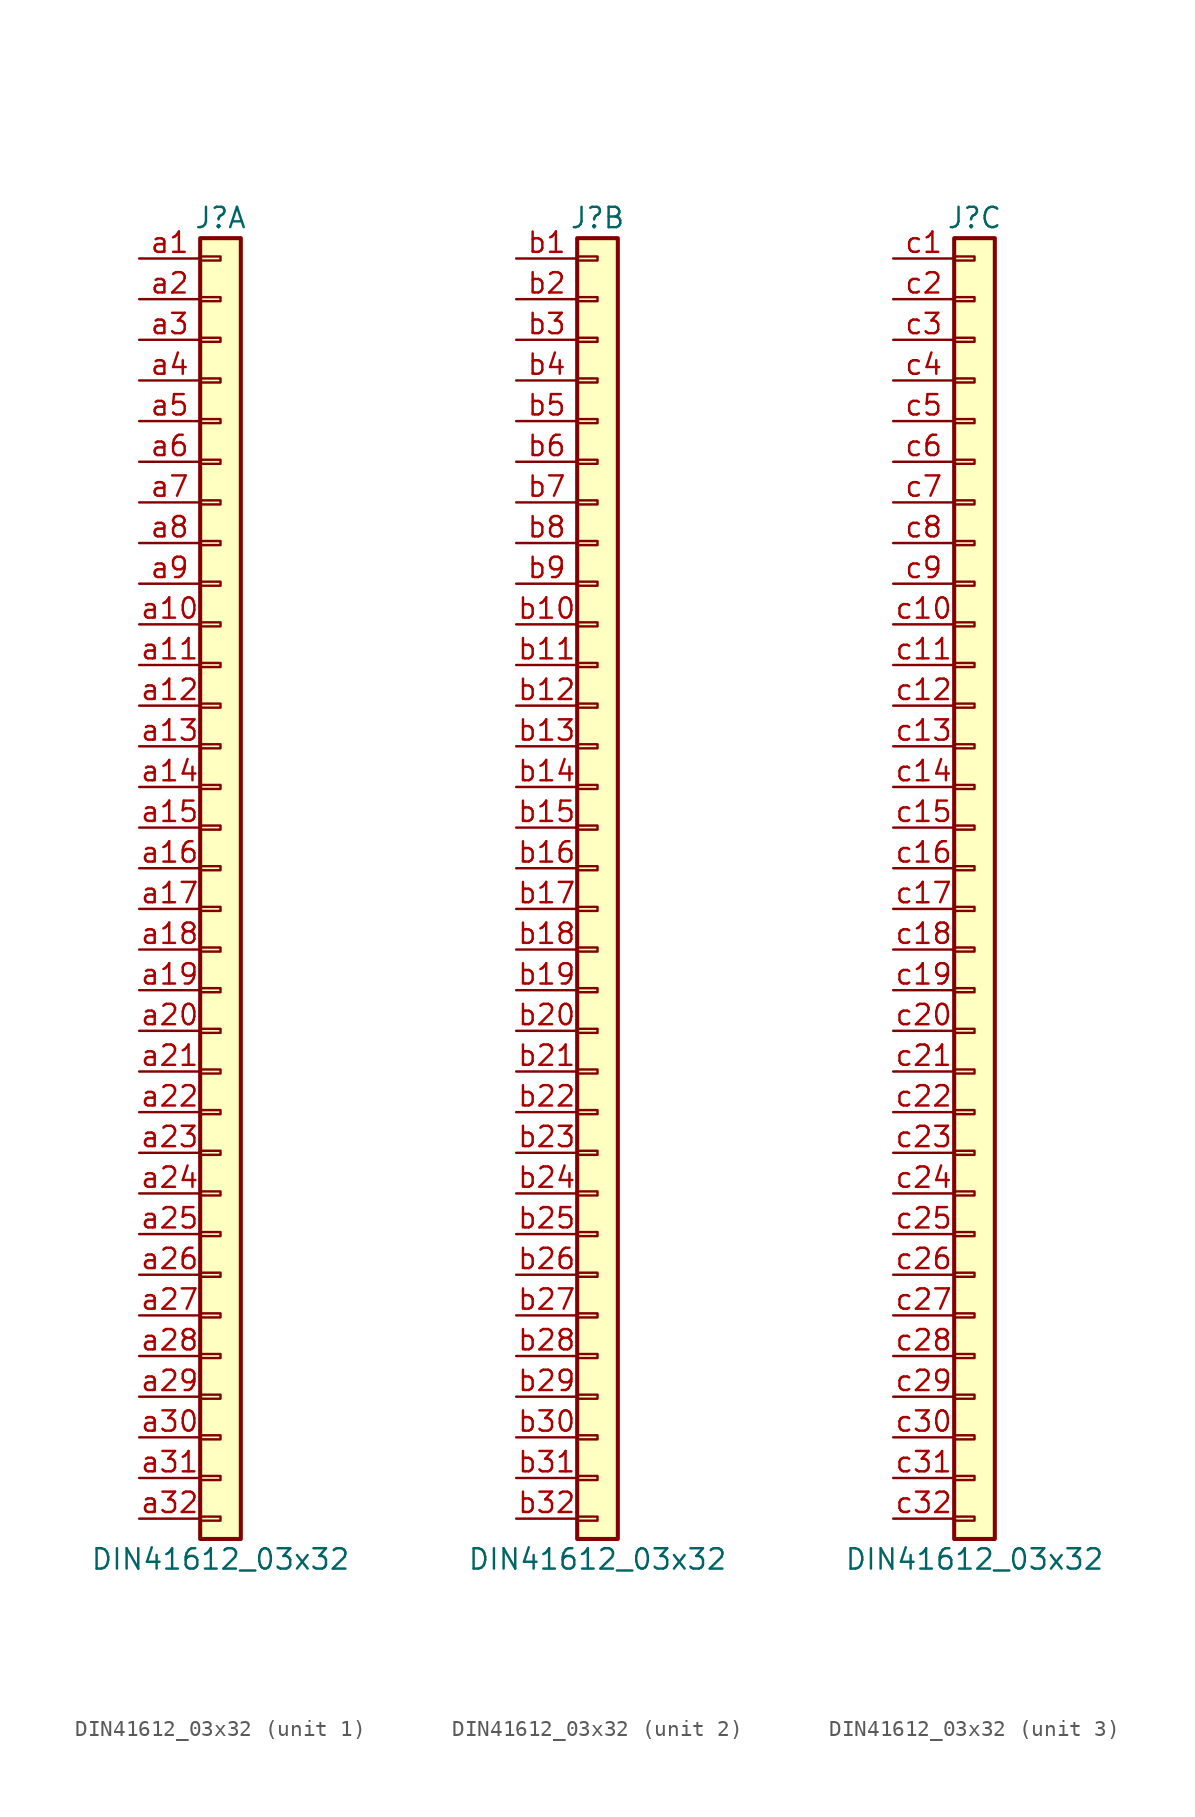
<source format=kicad_sym>
(kicad_symbol_lib
  (version 20241209)
  (generator "kicad_symbol_editor")
  (generator_version "9.0")
  (symbol "DIN41612_03x32"
    (pin_names
      (offset 1.016)
      (hide yes))
    (property "Reference" "J"
      (at 0 40.64 0)
      (effects (font (size 1.27 1.27))))
    (property "Value" "DIN41612_03x32"
      (at 0 -43.18 0)
      (effects (font (size 1.27 1.27))))
    (symbol "DIN41612_03x32_1_1"
      (rectangle (start -1.27 39.37) (end 1.27 -41.91) (stroke (width 0.254) (type default)) (fill (type background)))
      (rectangle (start -1.27 38.227) (end 0 37.973) (stroke (width 0.152) (type default)) (fill (type none)))
      (rectangle (start -1.27 35.687) (end 0 35.433) (stroke (width 0.152) (type default)) (fill (type none)))
      (rectangle (start -1.27 33.147) (end 0 32.893) (stroke (width 0.152) (type default)) (fill (type none)))
      (rectangle (start -1.27 30.607) (end 0 30.353) (stroke (width 0.152) (type default)) (fill (type none)))
      (rectangle (start -1.27 28.067) (end 0 27.813) (stroke (width 0.152) (type default)) (fill (type none)))
      (rectangle (start -1.27 25.527) (end 0 25.273) (stroke (width 0.152) (type default)) (fill (type none)))
      (rectangle (start -1.27 22.987) (end 0 22.733) (stroke (width 0.152) (type default)) (fill (type none)))
      (rectangle (start -1.27 20.447) (end 0 20.193) (stroke (width 0.152) (type default)) (fill (type none)))
      (rectangle (start -1.27 17.907) (end 0 17.653) (stroke (width 0.152) (type default)) (fill (type none)))
      (rectangle (start -1.27 15.367) (end 0 15.113) (stroke (width 0.152) (type default)) (fill (type none)))
      (rectangle (start -1.27 12.827) (end 0 12.573) (stroke (width 0.152) (type default)) (fill (type none)))
      (rectangle (start -1.27 10.287) (end 0 10.033) (stroke (width 0.152) (type default)) (fill (type none)))
      (rectangle (start -1.27 7.747) (end 0 7.493) (stroke (width 0.152) (type default)) (fill (type none)))
      (rectangle (start -1.27 5.207) (end 0 4.953) (stroke (width 0.152) (type default)) (fill (type none)))
      (rectangle (start -1.27 2.667) (end 0 2.413) (stroke (width 0.152) (type default)) (fill (type none)))
      (rectangle (start -1.27 0.127) (end 0 -0.127) (stroke (width 0.152) (type default)) (fill (type none)))
      (rectangle (start -1.27 -2.413) (end 0 -2.667) (stroke (width 0.152) (type default)) (fill (type none)))
      (rectangle (start -1.27 -4.953) (end 0 -5.207) (stroke (width 0.152) (type default)) (fill (type none)))
      (rectangle (start -1.27 -7.493) (end 0 -7.747) (stroke (width 0.152) (type default)) (fill (type none)))
      (rectangle (start -1.27 -10.033) (end 0 -10.287) (stroke (width 0.152) (type default)) (fill (type none)))
      (rectangle (start -1.27 -12.573) (end 0 -12.827) (stroke (width 0.152) (type default)) (fill (type none)))
      (rectangle (start -1.27 -15.113) (end 0 -15.367) (stroke (width 0.152) (type default)) (fill (type none)))
      (rectangle (start -1.27 -17.653) (end 0 -17.907) (stroke (width 0.152) (type default)) (fill (type none)))
      (rectangle (start -1.27 -20.193) (end 0 -20.447) (stroke (width 0.152) (type default)) (fill (type none)))
      (rectangle (start -1.27 -22.733) (end 0 -22.987) (stroke (width 0.152) (type default)) (fill (type none)))
      (rectangle (start -1.27 -25.273) (end 0 -25.527) (stroke (width 0.152) (type default)) (fill (type none)))
      (rectangle (start -1.27 -27.813) (end 0 -28.067) (stroke (width 0.152) (type default)) (fill (type none)))
      (rectangle (start -1.27 -30.353) (end 0 -30.607) (stroke (width 0.152) (type default)) (fill (type none)))
      (rectangle (start -1.27 -32.893) (end 0 -33.147) (stroke (width 0.152) (type default)) (fill (type none)))
      (rectangle (start -1.27 -35.433) (end 0 -35.687) (stroke (width 0.152) (type default)) (fill (type none)))
      (rectangle (start -1.27 -37.973) (end 0 -38.227) (stroke (width 0.152) (type default)) (fill (type none)))
      (rectangle (start -1.27 -40.513) (end 0 -40.767) (stroke (width 0.152) (type default)) (fill (type none)))
      (pin passive line (at -5.08 38.1 0) (length 3.81) (name "Pin_a1" (effects (font (size 1.27 1.27)))) (number "a1" (effects (font (size 1.27 1.27)))))
      (pin passive line (at -5.08 35.56 0) (length 3.81) (name "Pin_a2" (effects (font (size 1.27 1.27)))) (number "a2" (effects (font (size 1.27 1.27)))))
      (pin passive line (at -5.08 33.02 0) (length 3.81) (name "Pin_a3" (effects (font (size 1.27 1.27)))) (number "a3" (effects (font (size 1.27 1.27)))))
      (pin passive line (at -5.08 30.48 0) (length 3.81) (name "Pin_a4" (effects (font (size 1.27 1.27)))) (number "a4" (effects (font (size 1.27 1.27)))))
      (pin passive line (at -5.08 27.94 0) (length 3.81) (name "Pin_a5" (effects (font (size 1.27 1.27)))) (number "a5" (effects (font (size 1.27 1.27)))))
      (pin passive line (at -5.08 25.4 0) (length 3.81) (name "Pin_a6" (effects (font (size 1.27 1.27)))) (number "a6" (effects (font (size 1.27 1.27)))))
      (pin passive line (at -5.08 22.86 0) (length 3.81) (name "Pin_a7" (effects (font (size 1.27 1.27)))) (number "a7" (effects (font (size 1.27 1.27)))))
      (pin passive line (at -5.08 20.32 0) (length 3.81) (name "Pin_a8" (effects (font (size 1.27 1.27)))) (number "a8" (effects (font (size 1.27 1.27)))))
      (pin passive line (at -5.08 17.78 0) (length 3.81) (name "Pin_a9" (effects (font (size 1.27 1.27)))) (number "a9" (effects (font (size 1.27 1.27)))))
      (pin passive line (at -5.08 15.24 0) (length 3.81) (name "Pin_a10" (effects (font (size 1.27 1.27)))) (number "a10" (effects (font (size 1.27 1.27)))))
      (pin passive line (at -5.08 12.7 0) (length 3.81) (name "Pin_a11" (effects (font (size 1.27 1.27)))) (number "a11" (effects (font (size 1.27 1.27)))))
      (pin passive line (at -5.08 10.16 0) (length 3.81) (name "Pin_a12" (effects (font (size 1.27 1.27)))) (number "a12" (effects (font (size 1.27 1.27)))))
      (pin passive line (at -5.08 7.62 0) (length 3.81) (name "Pin_a13" (effects (font (size 1.27 1.27)))) (number "a13" (effects (font (size 1.27 1.27)))))
      (pin passive line (at -5.08 5.08 0) (length 3.81) (name "Pin_a14" (effects (font (size 1.27 1.27)))) (number "a14" (effects (font (size 1.27 1.27)))))
      (pin passive line (at -5.08 2.54 0) (length 3.81) (name "Pin_a15" (effects (font (size 1.27 1.27)))) (number "a15" (effects (font (size 1.27 1.27)))))
      (pin passive line (at -5.08 0 0) (length 3.81) (name "Pin_a16" (effects (font (size 1.27 1.27)))) (number "a16" (effects (font (size 1.27 1.27)))))
      (pin passive line (at -5.08 -2.54 0) (length 3.81) (name "Pin_a17" (effects (font (size 1.27 1.27)))) (number "a17" (effects (font (size 1.27 1.27)))))
      (pin passive line (at -5.08 -5.08 0) (length 3.81) (name "Pin_a18" (effects (font (size 1.27 1.27)))) (number "a18" (effects (font (size 1.27 1.27)))))
      (pin passive line (at -5.08 -7.62 0) (length 3.81) (name "Pin_a19" (effects (font (size 1.27 1.27)))) (number "a19" (effects (font (size 1.27 1.27)))))
      (pin passive line (at -5.08 -10.16 0) (length 3.81) (name "Pin_a20" (effects (font (size 1.27 1.27)))) (number "a20" (effects (font (size 1.27 1.27)))))
      (pin passive line (at -5.08 -12.7 0) (length 3.81) (name "Pin_a21" (effects (font (size 1.27 1.27)))) (number "a21" (effects (font (size 1.27 1.27)))))
      (pin passive line (at -5.08 -15.24 0) (length 3.81) (name "Pin_a22" (effects (font (size 1.27 1.27)))) (number "a22" (effects (font (size 1.27 1.27)))))
      (pin passive line (at -5.08 -17.78 0) (length 3.81) (name "Pin_a23" (effects (font (size 1.27 1.27)))) (number "a23" (effects (font (size 1.27 1.27)))))
      (pin passive line (at -5.08 -20.32 0) (length 3.81) (name "Pin_a24" (effects (font (size 1.27 1.27)))) (number "a24" (effects (font (size 1.27 1.27)))))
      (pin passive line (at -5.08 -22.86 0) (length 3.81) (name "Pin_a25" (effects (font (size 1.27 1.27)))) (number "a25" (effects (font (size 1.27 1.27)))))
      (pin passive line (at -5.08 -25.4 0) (length 3.81) (name "Pin_a26" (effects (font (size 1.27 1.27)))) (number "a26" (effects (font (size 1.27 1.27)))))
      (pin passive line (at -5.08 -27.94 0) (length 3.81) (name "Pin_a27" (effects (font (size 1.27 1.27)))) (number "a27" (effects (font (size 1.27 1.27)))))
      (pin passive line (at -5.08 -30.48 0) (length 3.81) (name "Pin_a28" (effects (font (size 1.27 1.27)))) (number "a28" (effects (font (size 1.27 1.27)))))
      (pin passive line (at -5.08 -33.02 0) (length 3.81) (name "Pin_a29" (effects (font (size 1.27 1.27)))) (number "a29" (effects (font (size 1.27 1.27)))))
      (pin passive line (at -5.08 -35.56 0) (length 3.81) (name "Pin_a30" (effects (font (size 1.27 1.27)))) (number "a30" (effects (font (size 1.27 1.27)))))
      (pin passive line (at -5.08 -38.1 0) (length 3.81) (name "Pin_a31" (effects (font (size 1.27 1.27)))) (number "a31" (effects (font (size 1.27 1.27)))))
      (pin passive line (at -5.08 -40.64 0) (length 3.81) (name "Pin_a32" (effects (font (size 1.27 1.27)))) (number "a32" (effects (font (size 1.27 1.27))))))
    (symbol "DIN41612_03x32_2_1"
      (rectangle (start -1.27 39.37) (end 1.27 -41.91) (stroke (width 0.254) (type default)) (fill (type background)))
      (rectangle (start -1.27 38.227) (end 0 37.973) (stroke (width 0.152) (type default)) (fill (type none)))
      (rectangle (start -1.27 35.687) (end 0 35.433) (stroke (width 0.152) (type default)) (fill (type none)))
      (rectangle (start -1.27 33.147) (end 0 32.893) (stroke (width 0.152) (type default)) (fill (type none)))
      (rectangle (start -1.27 30.607) (end 0 30.353) (stroke (width 0.152) (type default)) (fill (type none)))
      (rectangle (start -1.27 28.067) (end 0 27.813) (stroke (width 0.152) (type default)) (fill (type none)))
      (rectangle (start -1.27 25.527) (end 0 25.273) (stroke (width 0.152) (type default)) (fill (type none)))
      (rectangle (start -1.27 22.987) (end 0 22.733) (stroke (width 0.152) (type default)) (fill (type none)))
      (rectangle (start -1.27 20.447) (end 0 20.193) (stroke (width 0.152) (type default)) (fill (type none)))
      (rectangle (start -1.27 17.907) (end 0 17.653) (stroke (width 0.152) (type default)) (fill (type none)))
      (rectangle (start -1.27 15.367) (end 0 15.113) (stroke (width 0.152) (type default)) (fill (type none)))
      (rectangle (start -1.27 12.827) (end 0 12.573) (stroke (width 0.152) (type default)) (fill (type none)))
      (rectangle (start -1.27 10.287) (end 0 10.033) (stroke (width 0.152) (type default)) (fill (type none)))
      (rectangle (start -1.27 7.747) (end 0 7.493) (stroke (width 0.152) (type default)) (fill (type none)))
      (rectangle (start -1.27 5.207) (end 0 4.953) (stroke (width 0.152) (type default)) (fill (type none)))
      (rectangle (start -1.27 2.667) (end 0 2.413) (stroke (width 0.152) (type default)) (fill (type none)))
      (rectangle (start -1.27 0.127) (end 0 -0.127) (stroke (width 0.152) (type default)) (fill (type none)))
      (rectangle (start -1.27 -2.413) (end 0 -2.667) (stroke (width 0.152) (type default)) (fill (type none)))
      (rectangle (start -1.27 -4.953) (end 0 -5.207) (stroke (width 0.152) (type default)) (fill (type none)))
      (rectangle (start -1.27 -7.493) (end 0 -7.747) (stroke (width 0.152) (type default)) (fill (type none)))
      (rectangle (start -1.27 -10.033) (end 0 -10.287) (stroke (width 0.152) (type default)) (fill (type none)))
      (rectangle (start -1.27 -12.573) (end 0 -12.827) (stroke (width 0.152) (type default)) (fill (type none)))
      (rectangle (start -1.27 -15.113) (end 0 -15.367) (stroke (width 0.152) (type default)) (fill (type none)))
      (rectangle (start -1.27 -17.653) (end 0 -17.907) (stroke (width 0.152) (type default)) (fill (type none)))
      (rectangle (start -1.27 -20.193) (end 0 -20.447) (stroke (width 0.152) (type default)) (fill (type none)))
      (rectangle (start -1.27 -22.733) (end 0 -22.987) (stroke (width 0.152) (type default)) (fill (type none)))
      (rectangle (start -1.27 -25.273) (end 0 -25.527) (stroke (width 0.152) (type default)) (fill (type none)))
      (rectangle (start -1.27 -27.813) (end 0 -28.067) (stroke (width 0.152) (type default)) (fill (type none)))
      (rectangle (start -1.27 -30.353) (end 0 -30.607) (stroke (width 0.152) (type default)) (fill (type none)))
      (rectangle (start -1.27 -32.893) (end 0 -33.147) (stroke (width 0.152) (type default)) (fill (type none)))
      (rectangle (start -1.27 -35.433) (end 0 -35.687) (stroke (width 0.152) (type default)) (fill (type none)))
      (rectangle (start -1.27 -37.973) (end 0 -38.227) (stroke (width 0.152) (type default)) (fill (type none)))
      (rectangle (start -1.27 -40.513) (end 0 -40.767) (stroke (width 0.152) (type default)) (fill (type none)))
      (pin passive line (at -5.08 38.1 0) (length 3.81) (name "Pin_b1" (effects (font (size 1.27 1.27)))) (number "b1" (effects (font (size 1.27 1.27)))))
      (pin passive line (at -5.08 35.56 0) (length 3.81) (name "Pin_b2" (effects (font (size 1.27 1.27)))) (number "b2" (effects (font (size 1.27 1.27)))))
      (pin passive line (at -5.08 33.02 0) (length 3.81) (name "Pin_b3" (effects (font (size 1.27 1.27)))) (number "b3" (effects (font (size 1.27 1.27)))))
      (pin passive line (at -5.08 30.48 0) (length 3.81) (name "Pin_b4" (effects (font (size 1.27 1.27)))) (number "b4" (effects (font (size 1.27 1.27)))))
      (pin passive line (at -5.08 27.94 0) (length 3.81) (name "Pin_b5" (effects (font (size 1.27 1.27)))) (number "b5" (effects (font (size 1.27 1.27)))))
      (pin passive line (at -5.08 25.4 0) (length 3.81) (name "Pin_b6" (effects (font (size 1.27 1.27)))) (number "b6" (effects (font (size 1.27 1.27)))))
      (pin passive line (at -5.08 22.86 0) (length 3.81) (name "Pin_b7" (effects (font (size 1.27 1.27)))) (number "b7" (effects (font (size 1.27 1.27)))))
      (pin passive line (at -5.08 20.32 0) (length 3.81) (name "Pin_b8" (effects (font (size 1.27 1.27)))) (number "b8" (effects (font (size 1.27 1.27)))))
      (pin passive line (at -5.08 17.78 0) (length 3.81) (name "Pin_b9" (effects (font (size 1.27 1.27)))) (number "b9" (effects (font (size 1.27 1.27)))))
      (pin passive line (at -5.08 15.24 0) (length 3.81) (name "Pin_b10" (effects (font (size 1.27 1.27)))) (number "b10" (effects (font (size 1.27 1.27)))))
      (pin passive line (at -5.08 12.7 0) (length 3.81) (name "Pin_b11" (effects (font (size 1.27 1.27)))) (number "b11" (effects (font (size 1.27 1.27)))))
      (pin passive line (at -5.08 10.16 0) (length 3.81) (name "Pin_b12" (effects (font (size 1.27 1.27)))) (number "b12" (effects (font (size 1.27 1.27)))))
      (pin passive line (at -5.08 7.62 0) (length 3.81) (name "Pin_b13" (effects (font (size 1.27 1.27)))) (number "b13" (effects (font (size 1.27 1.27)))))
      (pin passive line (at -5.08 5.08 0) (length 3.81) (name "Pin_b14" (effects (font (size 1.27 1.27)))) (number "b14" (effects (font (size 1.27 1.27)))))
      (pin passive line (at -5.08 2.54 0) (length 3.81) (name "Pin_b15" (effects (font (size 1.27 1.27)))) (number "b15" (effects (font (size 1.27 1.27)))))
      (pin passive line (at -5.08 0 0) (length 3.81) (name "Pin_b16" (effects (font (size 1.27 1.27)))) (number "b16" (effects (font (size 1.27 1.27)))))
      (pin passive line (at -5.08 -2.54 0) (length 3.81) (name "Pin_b17" (effects (font (size 1.27 1.27)))) (number "b17" (effects (font (size 1.27 1.27)))))
      (pin passive line (at -5.08 -5.08 0) (length 3.81) (name "Pin_b18" (effects (font (size 1.27 1.27)))) (number "b18" (effects (font (size 1.27 1.27)))))
      (pin passive line (at -5.08 -7.62 0) (length 3.81) (name "Pin_b19" (effects (font (size 1.27 1.27)))) (number "b19" (effects (font (size 1.27 1.27)))))
      (pin passive line (at -5.08 -10.16 0) (length 3.81) (name "Pin_b20" (effects (font (size 1.27 1.27)))) (number "b20" (effects (font (size 1.27 1.27)))))
      (pin passive line (at -5.08 -12.7 0) (length 3.81) (name "Pin_b21" (effects (font (size 1.27 1.27)))) (number "b21" (effects (font (size 1.27 1.27)))))
      (pin passive line (at -5.08 -15.24 0) (length 3.81) (name "Pin_b22" (effects (font (size 1.27 1.27)))) (number "b22" (effects (font (size 1.27 1.27)))))
      (pin passive line (at -5.08 -17.78 0) (length 3.81) (name "Pin_b23" (effects (font (size 1.27 1.27)))) (number "b23" (effects (font (size 1.27 1.27)))))
      (pin passive line (at -5.08 -20.32 0) (length 3.81) (name "Pin_b24" (effects (font (size 1.27 1.27)))) (number "b24" (effects (font (size 1.27 1.27)))))
      (pin passive line (at -5.08 -22.86 0) (length 3.81) (name "Pin_b25" (effects (font (size 1.27 1.27)))) (number "b25" (effects (font (size 1.27 1.27)))))
      (pin passive line (at -5.08 -25.4 0) (length 3.81) (name "Pin_b26" (effects (font (size 1.27 1.27)))) (number "b26" (effects (font (size 1.27 1.27)))))
      (pin passive line (at -5.08 -27.94 0) (length 3.81) (name "Pin_b27" (effects (font (size 1.27 1.27)))) (number "b27" (effects (font (size 1.27 1.27)))))
      (pin passive line (at -5.08 -30.48 0) (length 3.81) (name "Pin_b28" (effects (font (size 1.27 1.27)))) (number "b28" (effects (font (size 1.27 1.27)))))
      (pin passive line (at -5.08 -33.02 0) (length 3.81) (name "Pin_b29" (effects (font (size 1.27 1.27)))) (number "b29" (effects (font (size 1.27 1.27)))))
      (pin passive line (at -5.08 -35.56 0) (length 3.81) (name "Pin_b30" (effects (font (size 1.27 1.27)))) (number "b30" (effects (font (size 1.27 1.27)))))
      (pin passive line (at -5.08 -38.1 0) (length 3.81) (name "Pin_b31" (effects (font (size 1.27 1.27)))) (number "b31" (effects (font (size 1.27 1.27)))))
      (pin passive line (at -5.08 -40.64 0) (length 3.81) (name "Pin_b32" (effects (font (size 1.27 1.27)))) (number "b32" (effects (font (size 1.27 1.27))))))
    (symbol "DIN41612_03x32_3_1"
      (rectangle (start -1.27 39.37) (end 1.27 -41.91) (stroke (width 0.254) (type default)) (fill (type background)))
      (rectangle (start -1.27 38.227) (end 0 37.973) (stroke (width 0.152) (type default)) (fill (type none)))
      (rectangle (start -1.27 35.687) (end 0 35.433) (stroke (width 0.152) (type default)) (fill (type none)))
      (rectangle (start -1.27 33.147) (end 0 32.893) (stroke (width 0.152) (type default)) (fill (type none)))
      (rectangle (start -1.27 30.607) (end 0 30.353) (stroke (width 0.152) (type default)) (fill (type none)))
      (rectangle (start -1.27 28.067) (end 0 27.813) (stroke (width 0.152) (type default)) (fill (type none)))
      (rectangle (start -1.27 25.527) (end 0 25.273) (stroke (width 0.152) (type default)) (fill (type none)))
      (rectangle (start -1.27 22.987) (end 0 22.733) (stroke (width 0.152) (type default)) (fill (type none)))
      (rectangle (start -1.27 20.447) (end 0 20.193) (stroke (width 0.152) (type default)) (fill (type none)))
      (rectangle (start -1.27 17.907) (end 0 17.653) (stroke (width 0.152) (type default)) (fill (type none)))
      (rectangle (start -1.27 15.367) (end 0 15.113) (stroke (width 0.152) (type default)) (fill (type none)))
      (rectangle (start -1.27 12.827) (end 0 12.573) (stroke (width 0.152) (type default)) (fill (type none)))
      (rectangle (start -1.27 10.287) (end 0 10.033) (stroke (width 0.152) (type default)) (fill (type none)))
      (rectangle (start -1.27 7.747) (end 0 7.493) (stroke (width 0.152) (type default)) (fill (type none)))
      (rectangle (start -1.27 5.207) (end 0 4.953) (stroke (width 0.152) (type default)) (fill (type none)))
      (rectangle (start -1.27 2.667) (end 0 2.413) (stroke (width 0.152) (type default)) (fill (type none)))
      (rectangle (start -1.27 0.127) (end 0 -0.127) (stroke (width 0.152) (type default)) (fill (type none)))
      (rectangle (start -1.27 -2.413) (end 0 -2.667) (stroke (width 0.152) (type default)) (fill (type none)))
      (rectangle (start -1.27 -4.953) (end 0 -5.207) (stroke (width 0.152) (type default)) (fill (type none)))
      (rectangle (start -1.27 -7.493) (end 0 -7.747) (stroke (width 0.152) (type default)) (fill (type none)))
      (rectangle (start -1.27 -10.033) (end 0 -10.287) (stroke (width 0.152) (type default)) (fill (type none)))
      (rectangle (start -1.27 -12.573) (end 0 -12.827) (stroke (width 0.152) (type default)) (fill (type none)))
      (rectangle (start -1.27 -15.113) (end 0 -15.367) (stroke (width 0.152) (type default)) (fill (type none)))
      (rectangle (start -1.27 -17.653) (end 0 -17.907) (stroke (width 0.152) (type default)) (fill (type none)))
      (rectangle (start -1.27 -20.193) (end 0 -20.447) (stroke (width 0.152) (type default)) (fill (type none)))
      (rectangle (start -1.27 -22.733) (end 0 -22.987) (stroke (width 0.152) (type default)) (fill (type none)))
      (rectangle (start -1.27 -25.273) (end 0 -25.527) (stroke (width 0.152) (type default)) (fill (type none)))
      (rectangle (start -1.27 -27.813) (end 0 -28.067) (stroke (width 0.152) (type default)) (fill (type none)))
      (rectangle (start -1.27 -30.353) (end 0 -30.607) (stroke (width 0.152) (type default)) (fill (type none)))
      (rectangle (start -1.27 -32.893) (end 0 -33.147) (stroke (width 0.152) (type default)) (fill (type none)))
      (rectangle (start -1.27 -35.433) (end 0 -35.687) (stroke (width 0.152) (type default)) (fill (type none)))
      (rectangle (start -1.27 -37.973) (end 0 -38.227) (stroke (width 0.152) (type default)) (fill (type none)))
      (rectangle (start -1.27 -40.513) (end 0 -40.767) (stroke (width 0.152) (type default)) (fill (type none)))
      (pin passive line (at -5.08 38.1 0) (length 3.81) (name "Pin_c1" (effects (font (size 1.27 1.27)))) (number "c1" (effects (font (size 1.27 1.27)))))
      (pin passive line (at -5.08 35.56 0) (length 3.81) (name "Pin_c2" (effects (font (size 1.27 1.27)))) (number "c2" (effects (font (size 1.27 1.27)))))
      (pin passive line (at -5.08 33.02 0) (length 3.81) (name "Pin_c3" (effects (font (size 1.27 1.27)))) (number "c3" (effects (font (size 1.27 1.27)))))
      (pin passive line (at -5.08 30.48 0) (length 3.81) (name "Pin_c4" (effects (font (size 1.27 1.27)))) (number "c4" (effects (font (size 1.27 1.27)))))
      (pin passive line (at -5.08 27.94 0) (length 3.81) (name "Pin_c5" (effects (font (size 1.27 1.27)))) (number "c5" (effects (font (size 1.27 1.27)))))
      (pin passive line (at -5.08 25.4 0) (length 3.81) (name "Pin_c6" (effects (font (size 1.27 1.27)))) (number "c6" (effects (font (size 1.27 1.27)))))
      (pin passive line (at -5.08 22.86 0) (length 3.81) (name "Pin_c7" (effects (font (size 1.27 1.27)))) (number "c7" (effects (font (size 1.27 1.27)))))
      (pin passive line (at -5.08 20.32 0) (length 3.81) (name "Pin_c8" (effects (font (size 1.27 1.27)))) (number "c8" (effects (font (size 1.27 1.27)))))
      (pin passive line (at -5.08 17.78 0) (length 3.81) (name "Pin_c9" (effects (font (size 1.27 1.27)))) (number "c9" (effects (font (size 1.27 1.27)))))
      (pin passive line (at -5.08 15.24 0) (length 3.81) (name "Pin_c10" (effects (font (size 1.27 1.27)))) (number "c10" (effects (font (size 1.27 1.27)))))
      (pin passive line (at -5.08 12.7 0) (length 3.81) (name "Pin_c11" (effects (font (size 1.27 1.27)))) (number "c11" (effects (font (size 1.27 1.27)))))
      (pin passive line (at -5.08 10.16 0) (length 3.81) (name "Pin_c12" (effects (font (size 1.27 1.27)))) (number "c12" (effects (font (size 1.27 1.27)))))
      (pin passive line (at -5.08 7.62 0) (length 3.81) (name "Pin_c13" (effects (font (size 1.27 1.27)))) (number "c13" (effects (font (size 1.27 1.27)))))
      (pin passive line (at -5.08 5.08 0) (length 3.81) (name "Pin_c14" (effects (font (size 1.27 1.27)))) (number "c14" (effects (font (size 1.27 1.27)))))
      (pin passive line (at -5.08 2.54 0) (length 3.81) (name "Pin_c15" (effects (font (size 1.27 1.27)))) (number "c15" (effects (font (size 1.27 1.27)))))
      (pin passive line (at -5.08 0 0) (length 3.81) (name "Pin_c16" (effects (font (size 1.27 1.27)))) (number "c16" (effects (font (size 1.27 1.27)))))
      (pin passive line (at -5.08 -2.54 0) (length 3.81) (name "Pin_c17" (effects (font (size 1.27 1.27)))) (number "c17" (effects (font (size 1.27 1.27)))))
      (pin passive line (at -5.08 -5.08 0) (length 3.81) (name "Pin_c18" (effects (font (size 1.27 1.27)))) (number "c18" (effects (font (size 1.27 1.27)))))
      (pin passive line (at -5.08 -7.62 0) (length 3.81) (name "Pin_c19" (effects (font (size 1.27 1.27)))) (number "c19" (effects (font (size 1.27 1.27)))))
      (pin passive line (at -5.08 -10.16 0) (length 3.81) (name "Pin_c20" (effects (font (size 1.27 1.27)))) (number "c20" (effects (font (size 1.27 1.27)))))
      (pin passive line (at -5.08 -12.7 0) (length 3.81) (name "Pin_c21" (effects (font (size 1.27 1.27)))) (number "c21" (effects (font (size 1.27 1.27)))))
      (pin passive line (at -5.08 -15.24 0) (length 3.81) (name "Pin_c22" (effects (font (size 1.27 1.27)))) (number "c22" (effects (font (size 1.27 1.27)))))
      (pin passive line (at -5.08 -17.78 0) (length 3.81) (name "Pin_c23" (effects (font (size 1.27 1.27)))) (number "c23" (effects (font (size 1.27 1.27)))))
      (pin passive line (at -5.08 -20.32 0) (length 3.81) (name "Pin_c24" (effects (font (size 1.27 1.27)))) (number "c24" (effects (font (size 1.27 1.27)))))
      (pin passive line (at -5.08 -22.86 0) (length 3.81) (name "Pin_c25" (effects (font (size 1.27 1.27)))) (number "c25" (effects (font (size 1.27 1.27)))))
      (pin passive line (at -5.08 -25.4 0) (length 3.81) (name "Pin_c26" (effects (font (size 1.27 1.27)))) (number "c26" (effects (font (size 1.27 1.27)))))
      (pin passive line (at -5.08 -27.94 0) (length 3.81) (name "Pin_c27" (effects (font (size 1.27 1.27)))) (number "c27" (effects (font (size 1.27 1.27)))))
      (pin passive line (at -5.08 -30.48 0) (length 3.81) (name "Pin_c28" (effects (font (size 1.27 1.27)))) (number "c28" (effects (font (size 1.27 1.27)))))
      (pin passive line (at -5.08 -33.02 0) (length 3.81) (name "Pin_c29" (effects (font (size 1.27 1.27)))) (number "c29" (effects (font (size 1.27 1.27)))))
      (pin passive line (at -5.08 -35.56 0) (length 3.81) (name "Pin_c30" (effects (font (size 1.27 1.27)))) (number "c30" (effects (font (size 1.27 1.27)))))
      (pin passive line (at -5.08 -38.1 0) (length 3.81) (name "Pin_c31" (effects (font (size 1.27 1.27)))) (number "c31" (effects (font (size 1.27 1.27)))))
      (pin passive line (at -5.08 -40.64 0) (length 3.81) (name "Pin_c32" (effects (font (size 1.27 1.27)))) (number "c32" (effects (font (size 1.27 1.27))))))))
</source>
